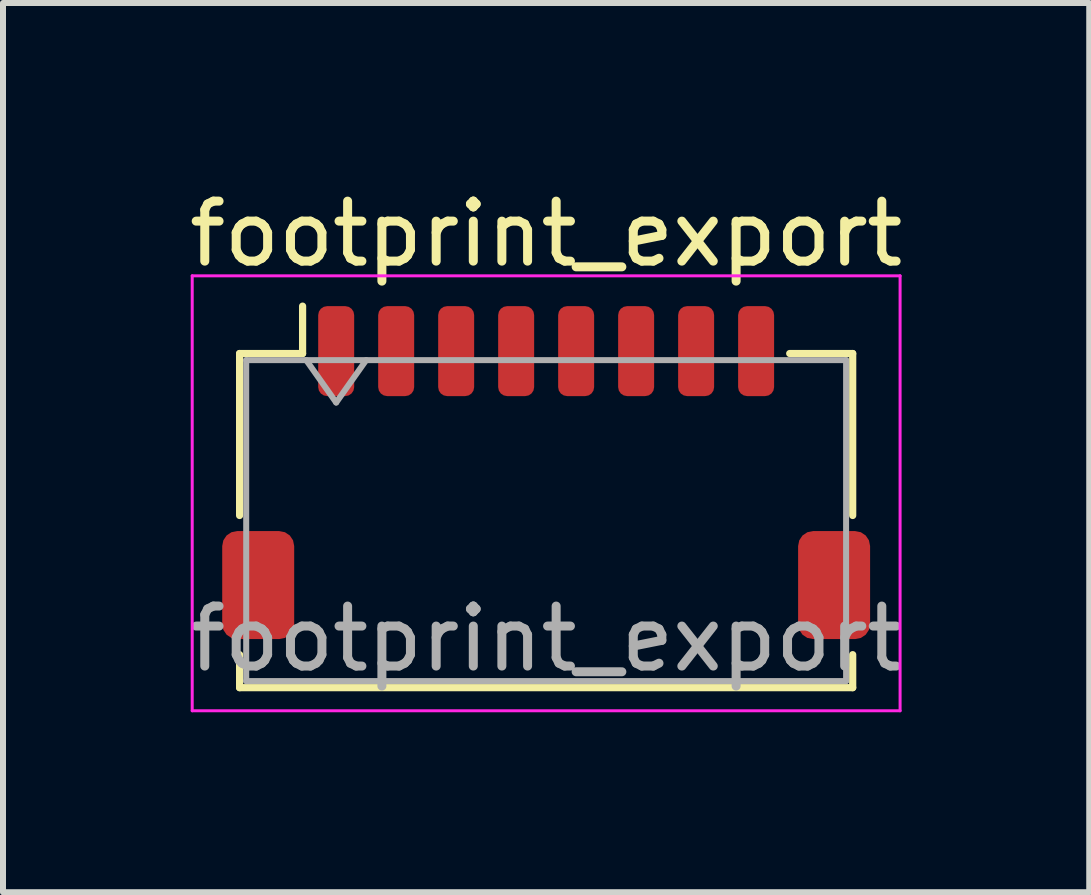
<source format=kicad_pcb>
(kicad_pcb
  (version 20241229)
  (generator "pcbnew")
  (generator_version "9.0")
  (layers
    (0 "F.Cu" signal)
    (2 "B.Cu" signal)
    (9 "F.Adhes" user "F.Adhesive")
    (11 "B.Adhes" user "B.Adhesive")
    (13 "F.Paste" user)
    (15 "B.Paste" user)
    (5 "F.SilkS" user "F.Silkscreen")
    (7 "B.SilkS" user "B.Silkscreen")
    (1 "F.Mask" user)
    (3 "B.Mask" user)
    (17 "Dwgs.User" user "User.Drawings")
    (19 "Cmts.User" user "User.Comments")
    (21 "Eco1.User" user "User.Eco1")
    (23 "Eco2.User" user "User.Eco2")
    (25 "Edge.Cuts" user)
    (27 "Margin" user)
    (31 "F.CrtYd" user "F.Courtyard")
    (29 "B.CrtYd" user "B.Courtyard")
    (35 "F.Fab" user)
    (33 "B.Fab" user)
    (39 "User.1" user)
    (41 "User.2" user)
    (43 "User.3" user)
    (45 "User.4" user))
  (footprint "footprint_export"
    (layer "F.Cu")
    (at 6.054 4.828)
    (property "Reference" "footprint_export" (at 0 -3.98 0) (layer "F.SilkS") (effects (font (size 1 1) (thickness 0.15))))
    (attr smd)
    (fp_line (start -5.11 -1.985) (end -4.06 -1.985) (stroke (width 0.12) (type solid)) (layer "F.SilkS"))
    (fp_line (start -5.11 0.715) (end -5.11 -1.985) (stroke (width 0.12) (type solid)) (layer "F.SilkS"))
    (fp_line (start -5.11 3.035) (end -5.11 3.585) (stroke (width 0.12) (type solid)) (layer "F.SilkS"))
    (fp_line (start -5.11 3.585) (end 5.11 3.585) (stroke (width 0.12) (type solid)) (layer "F.SilkS"))
    (fp_line (start -4.06 -1.985) (end -4.06 -2.775) (stroke (width 0.12) (type solid)) (layer "F.SilkS"))
    (fp_line (start 5.11 -1.985) (end 4.06 -1.985) (stroke (width 0.12) (type solid)) (layer "F.SilkS"))
    (fp_line (start 5.11 0.715) (end 5.11 -1.985) (stroke (width 0.12) (type solid)) (layer "F.SilkS"))
    (fp_line (start 5.11 3.585) (end 5.11 3.035) (stroke (width 0.12) (type solid)) (layer "F.SilkS"))
    (fp_line (start -5.9 -3.28) (end -5.9 3.97) (stroke (width 0.05) (type solid)) (layer "F.CrtYd"))
    (fp_line (start -5.9 3.97) (end 5.9 3.97) (stroke (width 0.05) (type solid)) (layer "F.CrtYd"))
    (fp_line (start 5.9 -3.28) (end -5.9 -3.28) (stroke (width 0.05) (type solid)) (layer "F.CrtYd"))
    (fp_line (start 5.9 3.97) (end 5.9 -3.28) (stroke (width 0.05) (type solid)) (layer "F.CrtYd"))
    (fp_line (start -5 -1.875) (end -5 3.475) (stroke (width 0.1) (type solid)) (layer "F.Fab"))
    (fp_line (start -5 -1.875) (end 5 -1.875) (stroke (width 0.1) (type solid)) (layer "F.Fab"))
    (fp_line (start -5 3.475) (end 5 3.475) (stroke (width 0.1) (type solid)) (layer "F.Fab"))
    (fp_line (start -4 -1.875) (end -3.5 -1.168) (stroke (width 0.1) (type solid)) (layer "F.Fab"))
    (fp_line (start -3.5 -1.168) (end -3 -1.875) (stroke (width 0.1) (type solid)) (layer "F.Fab"))
    (fp_line (start 5 -1.875) (end 5 3.475) (stroke (width 0.1) (type solid)) (layer "F.Fab"))
    (fp_text user "${REFERENCE}" (at 0 2.77 0) (layer "F.Fab") (effects (font (size 1 1) (thickness 0.15))))
    (pad "1" smd roundrect (at -3.5 -2.025) (size 0.6 1.5) (layers "F.Cu" "F.Mask" "F.Paste") (roundrect_rratio 0.25))
    (pad "2" smd roundrect (at -2.5 -2.025) (size 0.6 1.5) (layers "F.Cu" "F.Mask" "F.Paste") (roundrect_rratio 0.25))
    (pad "3" smd roundrect (at -1.5 -2.025) (size 0.6 1.5) (layers "F.Cu" "F.Mask" "F.Paste") (roundrect_rratio 0.25))
    (pad "4" smd roundrect (at -0.5 -2.025) (size 0.6 1.5) (layers "F.Cu" "F.Mask" "F.Paste") (roundrect_rratio 0.25))
    (pad "5" smd roundrect (at 0.5 -2.025) (size 0.6 1.5) (layers "F.Cu" "F.Mask" "F.Paste") (roundrect_rratio 0.25))
    (pad "6" smd roundrect (at 1.5 -2.025) (size 0.6 1.5) (layers "F.Cu" "F.Mask" "F.Paste") (roundrect_rratio 0.25))
    (pad "7" smd roundrect (at 2.5 -2.025) (size 0.6 1.5) (layers "F.Cu" "F.Mask" "F.Paste") (roundrect_rratio 0.25))
    (pad "8" smd roundrect (at 3.5 -2.025) (size 0.6 1.5) (layers "F.Cu" "F.Mask" "F.Paste") (roundrect_rratio 0.25))
    (pad "MP" smd roundrect (at -4.8 1.875) (size 1.2 1.8) (layers "F.Cu" "F.Mask" "F.Paste") (roundrect_rratio 0.208))
    (pad "MP" smd roundrect (at 4.8 1.875) (size 1.2 1.8) (layers "F.Cu" "F.Mask" "F.Paste") (roundrect_rratio 0.208)))
  (gr_rect
    (start -3 -3)
    (end 15.107 11.823)
    (stroke (width 0.1) (type default))
    (fill no)
    (layer "Edge.Cuts")))
</source>
